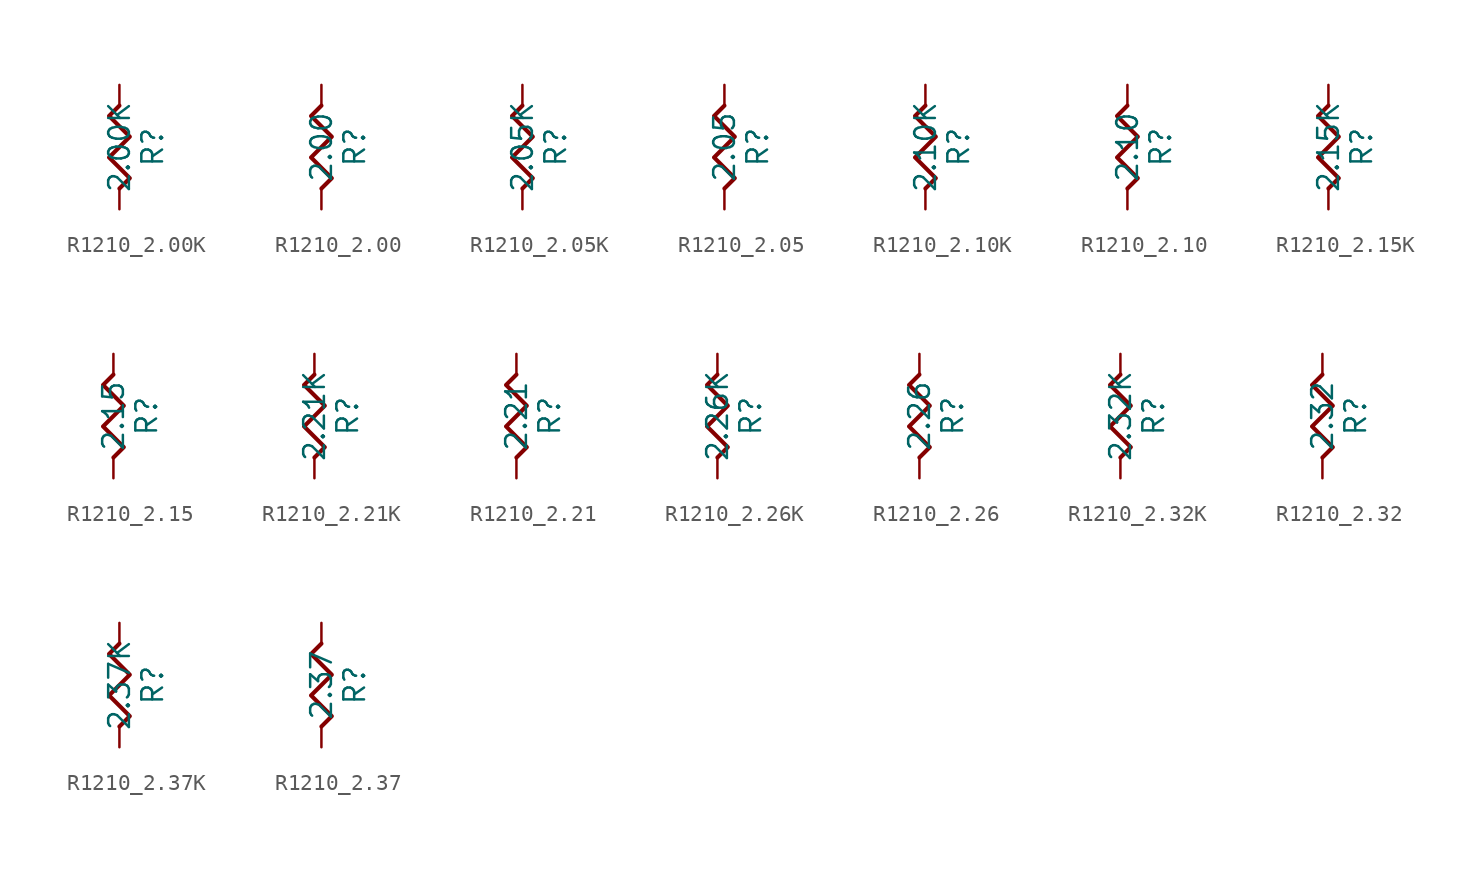
<source format=kicad_sym>
(kicad_symbol_lib
  (version 20211014)
  (generator atlantix-eda)
  (symbol "R1210_2.00K"
    (pin_numbers hide)
    (pin_names
      (offset 0))
    (property "Reference" "R"
      (at 2.032 0 90)
      (effects (font (size 1.27 1.27))))
    (property "Value" "2.00K"
      (at 0 0 90)
      (effects (font (size 1.27 1.27))))
    (symbol "R1210_2.00K_0_1"
      (polyline (pts (xy 0 -2.54) (xy 0.635 -1.905) (xy -0.635 -0.635) (xy 0.635 0.635) (xy -0.635 1.905) (xy 0 2.54)) (stroke (width 0.254) (type default) (color 0 0 0 0)) (fill (type none))))
    (symbol "R1210_2.00K_1_1"
      (pin passive line (at 0 3.81 270) (length 1.27) (name "~" (effects (font (size 1.27 1.27)))) (number "1" (effects (font (size 1.27 1.27)))))
      (pin passive line (at 0 -3.81 90) (length 1.27) (name "~" (effects (font (size 1.27 1.27)))) (number "2" (effects (font (size 1.27 1.27)))))))
  (symbol "R1210_2.00"
    (pin_numbers hide)
    (pin_names
      (offset 0))
    (property "Reference" "R"
      (at 2.032 0 90)
      (effects (font (size 1.27 1.27))))
    (property "Value" "2.00"
      (at 0 0 90)
      (effects (font (size 1.27 1.27))))
    (symbol "R1210_2.00_0_1"
      (polyline (pts (xy 0 -2.54) (xy 0.635 -1.905) (xy -0.635 -0.635) (xy 0.635 0.635) (xy -0.635 1.905) (xy 0 2.54)) (stroke (width 0.254) (type default) (color 0 0 0 0)) (fill (type none))))
    (symbol "R1210_2.00_1_1"
      (pin passive line (at 0 3.81 270) (length 1.27) (name "~" (effects (font (size 1.27 1.27)))) (number "1" (effects (font (size 1.27 1.27)))))
      (pin passive line (at 0 -3.81 90) (length 1.27) (name "~" (effects (font (size 1.27 1.27)))) (number "2" (effects (font (size 1.27 1.27)))))))
  (symbol "R1210_2.05K"
    (pin_numbers hide)
    (pin_names
      (offset 0))
    (property "Reference" "R"
      (at 2.032 0 90)
      (effects (font (size 1.27 1.27))))
    (property "Value" "2.05K"
      (at 0 0 90)
      (effects (font (size 1.27 1.27))))
    (symbol "R1210_2.05K_0_1"
      (polyline (pts (xy 0 -2.54) (xy 0.635 -1.905) (xy -0.635 -0.635) (xy 0.635 0.635) (xy -0.635 1.905) (xy 0 2.54)) (stroke (width 0.254) (type default) (color 0 0 0 0)) (fill (type none))))
    (symbol "R1210_2.05K_1_1"
      (pin passive line (at 0 3.81 270) (length 1.27) (name "~" (effects (font (size 1.27 1.27)))) (number "1" (effects (font (size 1.27 1.27)))))
      (pin passive line (at 0 -3.81 90) (length 1.27) (name "~" (effects (font (size 1.27 1.27)))) (number "2" (effects (font (size 1.27 1.27)))))))
  (symbol "R1210_2.05"
    (pin_numbers hide)
    (pin_names
      (offset 0))
    (property "Reference" "R"
      (at 2.032 0 90)
      (effects (font (size 1.27 1.27))))
    (property "Value" "2.05"
      (at 0 0 90)
      (effects (font (size 1.27 1.27))))
    (symbol "R1210_2.05_0_1"
      (polyline (pts (xy 0 -2.54) (xy 0.635 -1.905) (xy -0.635 -0.635) (xy 0.635 0.635) (xy -0.635 1.905) (xy 0 2.54)) (stroke (width 0.254) (type default) (color 0 0 0 0)) (fill (type none))))
    (symbol "R1210_2.05_1_1"
      (pin passive line (at 0 3.81 270) (length 1.27) (name "~" (effects (font (size 1.27 1.27)))) (number "1" (effects (font (size 1.27 1.27)))))
      (pin passive line (at 0 -3.81 90) (length 1.27) (name "~" (effects (font (size 1.27 1.27)))) (number "2" (effects (font (size 1.27 1.27)))))))
  (symbol "R1210_2.10K"
    (pin_numbers hide)
    (pin_names
      (offset 0))
    (property "Reference" "R"
      (at 2.032 0 90)
      (effects (font (size 1.27 1.27))))
    (property "Value" "2.10K"
      (at 0 0 90)
      (effects (font (size 1.27 1.27))))
    (symbol "R1210_2.10K_0_1"
      (polyline (pts (xy 0 -2.54) (xy 0.635 -1.905) (xy -0.635 -0.635) (xy 0.635 0.635) (xy -0.635 1.905) (xy 0 2.54)) (stroke (width 0.254) (type default) (color 0 0 0 0)) (fill (type none))))
    (symbol "R1210_2.10K_1_1"
      (pin passive line (at 0 3.81 270) (length 1.27) (name "~" (effects (font (size 1.27 1.27)))) (number "1" (effects (font (size 1.27 1.27)))))
      (pin passive line (at 0 -3.81 90) (length 1.27) (name "~" (effects (font (size 1.27 1.27)))) (number "2" (effects (font (size 1.27 1.27)))))))
  (symbol "R1210_2.10"
    (pin_numbers hide)
    (pin_names
      (offset 0))
    (property "Reference" "R"
      (at 2.032 0 90)
      (effects (font (size 1.27 1.27))))
    (property "Value" "2.10"
      (at 0 0 90)
      (effects (font (size 1.27 1.27))))
    (symbol "R1210_2.10_0_1"
      (polyline (pts (xy 0 -2.54) (xy 0.635 -1.905) (xy -0.635 -0.635) (xy 0.635 0.635) (xy -0.635 1.905) (xy 0 2.54)) (stroke (width 0.254) (type default) (color 0 0 0 0)) (fill (type none))))
    (symbol "R1210_2.10_1_1"
      (pin passive line (at 0 3.81 270) (length 1.27) (name "~" (effects (font (size 1.27 1.27)))) (number "1" (effects (font (size 1.27 1.27)))))
      (pin passive line (at 0 -3.81 90) (length 1.27) (name "~" (effects (font (size 1.27 1.27)))) (number "2" (effects (font (size 1.27 1.27)))))))
  (symbol "R1210_2.15K"
    (pin_numbers hide)
    (pin_names
      (offset 0))
    (property "Reference" "R"
      (at 2.032 0 90)
      (effects (font (size 1.27 1.27))))
    (property "Value" "2.15K"
      (at 0 0 90)
      (effects (font (size 1.27 1.27))))
    (symbol "R1210_2.15K_0_1"
      (polyline (pts (xy 0 -2.54) (xy 0.635 -1.905) (xy -0.635 -0.635) (xy 0.635 0.635) (xy -0.635 1.905) (xy 0 2.54)) (stroke (width 0.254) (type default) (color 0 0 0 0)) (fill (type none))))
    (symbol "R1210_2.15K_1_1"
      (pin passive line (at 0 3.81 270) (length 1.27) (name "~" (effects (font (size 1.27 1.27)))) (number "1" (effects (font (size 1.27 1.27)))))
      (pin passive line (at 0 -3.81 90) (length 1.27) (name "~" (effects (font (size 1.27 1.27)))) (number "2" (effects (font (size 1.27 1.27)))))))
  (symbol "R1210_2.15"
    (pin_numbers hide)
    (pin_names
      (offset 0))
    (property "Reference" "R"
      (at 2.032 0 90)
      (effects (font (size 1.27 1.27))))
    (property "Value" "2.15"
      (at 0 0 90)
      (effects (font (size 1.27 1.27))))
    (symbol "R1210_2.15_0_1"
      (polyline (pts (xy 0 -2.54) (xy 0.635 -1.905) (xy -0.635 -0.635) (xy 0.635 0.635) (xy -0.635 1.905) (xy 0 2.54)) (stroke (width 0.254) (type default) (color 0 0 0 0)) (fill (type none))))
    (symbol "R1210_2.15_1_1"
      (pin passive line (at 0 3.81 270) (length 1.27) (name "~" (effects (font (size 1.27 1.27)))) (number "1" (effects (font (size 1.27 1.27)))))
      (pin passive line (at 0 -3.81 90) (length 1.27) (name "~" (effects (font (size 1.27 1.27)))) (number "2" (effects (font (size 1.27 1.27)))))))
  (symbol "R1210_2.21K"
    (pin_numbers hide)
    (pin_names
      (offset 0))
    (property "Reference" "R"
      (at 2.032 0 90)
      (effects (font (size 1.27 1.27))))
    (property "Value" "2.21K"
      (at 0 0 90)
      (effects (font (size 1.27 1.27))))
    (symbol "R1210_2.21K_0_1"
      (polyline (pts (xy 0 -2.54) (xy 0.635 -1.905) (xy -0.635 -0.635) (xy 0.635 0.635) (xy -0.635 1.905) (xy 0 2.54)) (stroke (width 0.254) (type default) (color 0 0 0 0)) (fill (type none))))
    (symbol "R1210_2.21K_1_1"
      (pin passive line (at 0 3.81 270) (length 1.27) (name "~" (effects (font (size 1.27 1.27)))) (number "1" (effects (font (size 1.27 1.27)))))
      (pin passive line (at 0 -3.81 90) (length 1.27) (name "~" (effects (font (size 1.27 1.27)))) (number "2" (effects (font (size 1.27 1.27)))))))
  (symbol "R1210_2.21"
    (pin_numbers hide)
    (pin_names
      (offset 0))
    (property "Reference" "R"
      (at 2.032 0 90)
      (effects (font (size 1.27 1.27))))
    (property "Value" "2.21"
      (at 0 0 90)
      (effects (font (size 1.27 1.27))))
    (symbol "R1210_2.21_0_1"
      (polyline (pts (xy 0 -2.54) (xy 0.635 -1.905) (xy -0.635 -0.635) (xy 0.635 0.635) (xy -0.635 1.905) (xy 0 2.54)) (stroke (width 0.254) (type default) (color 0 0 0 0)) (fill (type none))))
    (symbol "R1210_2.21_1_1"
      (pin passive line (at 0 3.81 270) (length 1.27) (name "~" (effects (font (size 1.27 1.27)))) (number "1" (effects (font (size 1.27 1.27)))))
      (pin passive line (at 0 -3.81 90) (length 1.27) (name "~" (effects (font (size 1.27 1.27)))) (number "2" (effects (font (size 1.27 1.27)))))))
  (symbol "R1210_2.26K"
    (pin_numbers hide)
    (pin_names
      (offset 0))
    (property "Reference" "R"
      (at 2.032 0 90)
      (effects (font (size 1.27 1.27))))
    (property "Value" "2.26K"
      (at 0 0 90)
      (effects (font (size 1.27 1.27))))
    (symbol "R1210_2.26K_0_1"
      (polyline (pts (xy 0 -2.54) (xy 0.635 -1.905) (xy -0.635 -0.635) (xy 0.635 0.635) (xy -0.635 1.905) (xy 0 2.54)) (stroke (width 0.254) (type default) (color 0 0 0 0)) (fill (type none))))
    (symbol "R1210_2.26K_1_1"
      (pin passive line (at 0 3.81 270) (length 1.27) (name "~" (effects (font (size 1.27 1.27)))) (number "1" (effects (font (size 1.27 1.27)))))
      (pin passive line (at 0 -3.81 90) (length 1.27) (name "~" (effects (font (size 1.27 1.27)))) (number "2" (effects (font (size 1.27 1.27)))))))
  (symbol "R1210_2.26"
    (pin_numbers hide)
    (pin_names
      (offset 0))
    (property "Reference" "R"
      (at 2.032 0 90)
      (effects (font (size 1.27 1.27))))
    (property "Value" "2.26"
      (at 0 0 90)
      (effects (font (size 1.27 1.27))))
    (symbol "R1210_2.26_0_1"
      (polyline (pts (xy 0 -2.54) (xy 0.635 -1.905) (xy -0.635 -0.635) (xy 0.635 0.635) (xy -0.635 1.905) (xy 0 2.54)) (stroke (width 0.254) (type default) (color 0 0 0 0)) (fill (type none))))
    (symbol "R1210_2.26_1_1"
      (pin passive line (at 0 3.81 270) (length 1.27) (name "~" (effects (font (size 1.27 1.27)))) (number "1" (effects (font (size 1.27 1.27)))))
      (pin passive line (at 0 -3.81 90) (length 1.27) (name "~" (effects (font (size 1.27 1.27)))) (number "2" (effects (font (size 1.27 1.27)))))))
  (symbol "R1210_2.32K"
    (pin_numbers hide)
    (pin_names
      (offset 0))
    (property "Reference" "R"
      (at 2.032 0 90)
      (effects (font (size 1.27 1.27))))
    (property "Value" "2.32K"
      (at 0 0 90)
      (effects (font (size 1.27 1.27))))
    (symbol "R1210_2.32K_0_1"
      (polyline (pts (xy 0 -2.54) (xy 0.635 -1.905) (xy -0.635 -0.635) (xy 0.635 0.635) (xy -0.635 1.905) (xy 0 2.54)) (stroke (width 0.254) (type default) (color 0 0 0 0)) (fill (type none))))
    (symbol "R1210_2.32K_1_1"
      (pin passive line (at 0 3.81 270) (length 1.27) (name "~" (effects (font (size 1.27 1.27)))) (number "1" (effects (font (size 1.27 1.27)))))
      (pin passive line (at 0 -3.81 90) (length 1.27) (name "~" (effects (font (size 1.27 1.27)))) (number "2" (effects (font (size 1.27 1.27)))))))
  (symbol "R1210_2.32"
    (pin_numbers hide)
    (pin_names
      (offset 0))
    (property "Reference" "R"
      (at 2.032 0 90)
      (effects (font (size 1.27 1.27))))
    (property "Value" "2.32"
      (at 0 0 90)
      (effects (font (size 1.27 1.27))))
    (symbol "R1210_2.32_0_1"
      (polyline (pts (xy 0 -2.54) (xy 0.635 -1.905) (xy -0.635 -0.635) (xy 0.635 0.635) (xy -0.635 1.905) (xy 0 2.54)) (stroke (width 0.254) (type default) (color 0 0 0 0)) (fill (type none))))
    (symbol "R1210_2.32_1_1"
      (pin passive line (at 0 3.81 270) (length 1.27) (name "~" (effects (font (size 1.27 1.27)))) (number "1" (effects (font (size 1.27 1.27)))))
      (pin passive line (at 0 -3.81 90) (length 1.27) (name "~" (effects (font (size 1.27 1.27)))) (number "2" (effects (font (size 1.27 1.27)))))))
  (symbol "R1210_2.37K"
    (pin_numbers hide)
    (pin_names
      (offset 0))
    (property "Reference" "R"
      (at 2.032 0 90)
      (effects (font (size 1.27 1.27))))
    (property "Value" "2.37K"
      (at 0 0 90)
      (effects (font (size 1.27 1.27))))
    (symbol "R1210_2.37K_0_1"
      (polyline (pts (xy 0 -2.54) (xy 0.635 -1.905) (xy -0.635 -0.635) (xy 0.635 0.635) (xy -0.635 1.905) (xy 0 2.54)) (stroke (width 0.254) (type default) (color 0 0 0 0)) (fill (type none))))
    (symbol "R1210_2.37K_1_1"
      (pin passive line (at 0 3.81 270) (length 1.27) (name "~" (effects (font (size 1.27 1.27)))) (number "1" (effects (font (size 1.27 1.27)))))
      (pin passive line (at 0 -3.81 90) (length 1.27) (name "~" (effects (font (size 1.27 1.27)))) (number "2" (effects (font (size 1.27 1.27)))))))
  (symbol "R1210_2.37"
    (pin_numbers hide)
    (pin_names
      (offset 0))
    (property "Reference" "R"
      (at 2.032 0 90)
      (effects (font (size 1.27 1.27))))
    (property "Value" "2.37"
      (at 0 0 90)
      (effects (font (size 1.27 1.27))))
    (symbol "R1210_2.37_0_1"
      (polyline (pts (xy 0 -2.54) (xy 0.635 -1.905) (xy -0.635 -0.635) (xy 0.635 0.635) (xy -0.635 1.905) (xy 0 2.54)) (stroke (width 0.254) (type default) (color 0 0 0 0)) (fill (type none))))
    (symbol "R1210_2.37_1_1"
      (pin passive line (at 0 3.81 270) (length 1.27) (name "~" (effects (font (size 1.27 1.27)))) (number "1" (effects (font (size 1.27 1.27)))))
      (pin passive line (at 0 -3.81 90) (length 1.27) (name "~" (effects (font (size 1.27 1.27)))) (number "2" (effects (font (size 1.27 1.27))))))))
</source>
